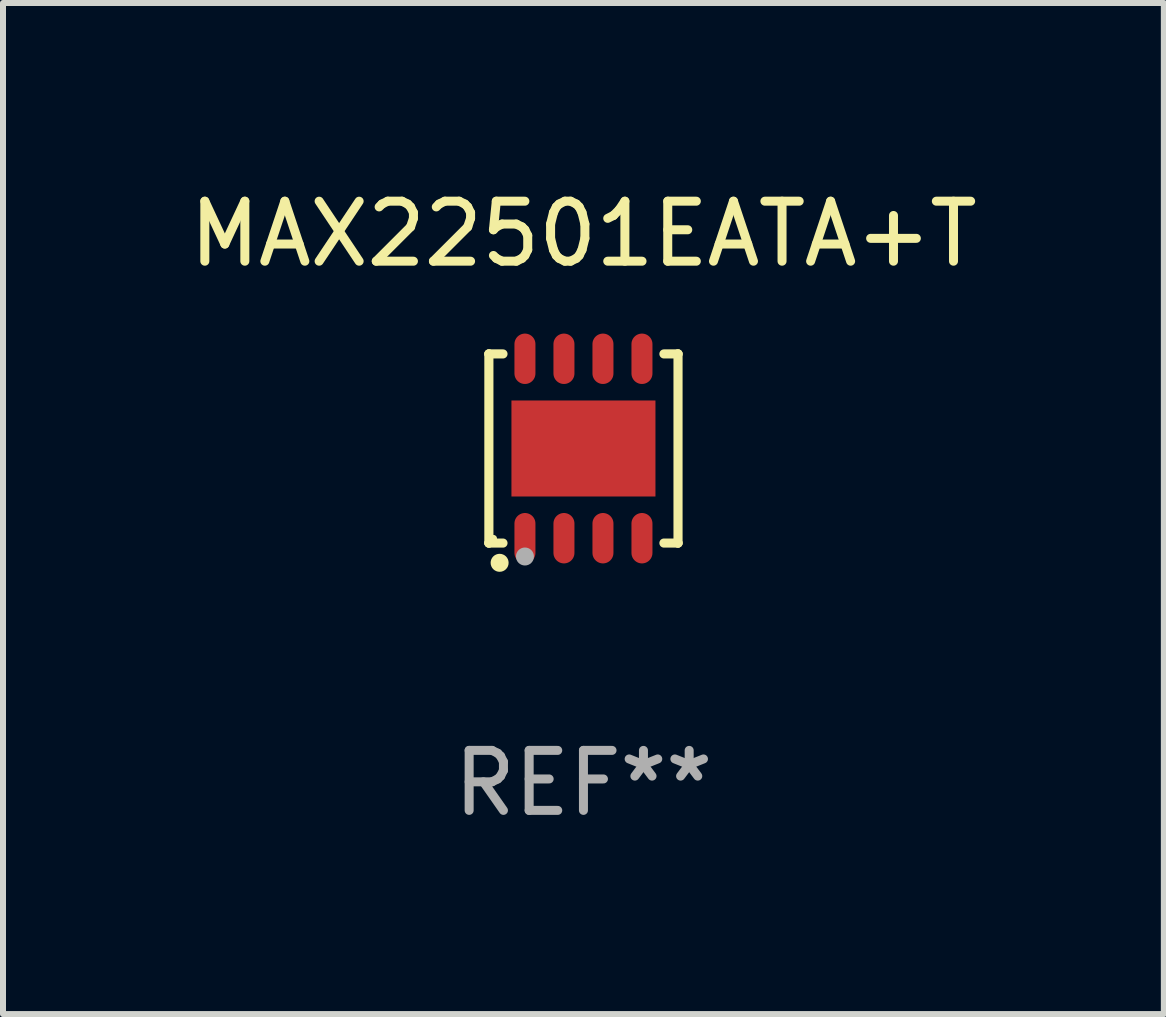
<source format=kicad_pcb>
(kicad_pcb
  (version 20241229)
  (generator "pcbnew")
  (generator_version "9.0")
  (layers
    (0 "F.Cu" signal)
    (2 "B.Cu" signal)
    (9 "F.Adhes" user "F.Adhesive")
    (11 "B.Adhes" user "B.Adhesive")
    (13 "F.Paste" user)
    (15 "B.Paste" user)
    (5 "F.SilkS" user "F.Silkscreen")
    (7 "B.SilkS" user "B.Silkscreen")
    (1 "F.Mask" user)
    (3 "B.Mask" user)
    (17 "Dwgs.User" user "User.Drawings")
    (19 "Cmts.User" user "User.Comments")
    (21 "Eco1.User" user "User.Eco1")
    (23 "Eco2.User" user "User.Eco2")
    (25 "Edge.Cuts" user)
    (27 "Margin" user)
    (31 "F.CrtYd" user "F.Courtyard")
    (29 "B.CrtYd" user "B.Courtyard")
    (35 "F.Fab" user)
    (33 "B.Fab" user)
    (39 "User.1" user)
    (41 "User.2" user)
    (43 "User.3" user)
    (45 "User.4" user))
  (footprint "MAX22501EATA+T"
    (layer "F.Cu")
    (at 6.673 4.424)
    (property "Reference" "MAX22501EATA+T" (at 0 -3.576 0) (layer "F.SilkS") (effects (font (size 1 1) (thickness 0.15))))
    (attr through_hole)
    (fp_line (start -1.576 -1.576) (end -1.576 -1.576) (stroke (width 0.152) (type solid)) (layer "F.SilkS"))
    (fp_line (start -1.576 -1.576) (end -1.341 -1.576) (stroke (width 0.152) (type solid)) (layer "F.SilkS"))
    (fp_line (start -1.576 1.576) (end -1.576 -1.576) (stroke (width 0.152) (type solid)) (layer "F.SilkS"))
    (fp_line (start -1.576 1.576) (end -1.576 1.576) (stroke (width 0.152) (type solid)) (layer "F.SilkS"))
    (fp_line (start -1.341 1.576) (end -1.576 1.576) (stroke (width 0.152) (type solid)) (layer "F.SilkS"))
    (fp_line (start 1.341 1.576) (end 1.576 1.576) (stroke (width 0.152) (type solid)) (layer "F.SilkS"))
    (fp_line (start 1.576 -1.576) (end 1.341 -1.576) (stroke (width 0.152) (type solid)) (layer "F.SilkS"))
    (fp_line (start 1.576 -1.576) (end 1.576 -1.576) (stroke (width 0.152) (type solid)) (layer "F.SilkS"))
    (fp_line (start 1.576 1.576) (end 1.576 -1.576) (stroke (width 0.152) (type solid)) (layer "F.SilkS"))
    (fp_line (start 1.576 1.576) (end 1.576 1.576) (stroke (width 0.152) (type solid)) (layer "F.SilkS"))
    (fp_circle (center -1.5 1.5) (end -1.47 1.5) (stroke (width 0.06) (type solid)) (fill no) (layer "F.SilkS"))
    (fp_circle (center -1.397 1.905) (end -1.322 1.905) (stroke (width 0.15) (type solid)) (fill no) (layer "F.SilkS"))
    (fp_circle (center -0.975 1.8) (end -0.9 1.8) (stroke (width 0.15) (type solid)) (fill no) (layer "F.Fab"))
    (fp_text user "REF**" (at 0 5.576 0) (layer "F.Fab") (effects (font (size 1 1) (thickness 0.15))))
    (pad "1" smd oval (at -0.975 1.495) (size 0.35 0.84) (layers "F.Cu" "F.Mask" "F.Paste"))
    (pad "2" smd oval (at -0.325 1.495) (size 0.35 0.84) (layers "F.Cu" "F.Mask" "F.Paste"))
    (pad "3" smd oval (at 0.325 1.495) (size 0.35 0.84) (layers "F.Cu" "F.Mask" "F.Paste"))
    (pad "4" smd oval (at 0.975 1.495) (size 0.35 0.84) (layers "F.Cu" "F.Mask" "F.Paste"))
    (pad "5" smd oval (at 0.975 -1.495) (size 0.35 0.84) (layers "F.Cu" "F.Mask" "F.Paste"))
    (pad "6" smd oval (at 0.325 -1.495) (size 0.35 0.84) (layers "F.Cu" "F.Mask" "F.Paste"))
    (pad "7" smd oval (at -0.325 -1.495) (size 0.35 0.84) (layers "F.Cu" "F.Mask" "F.Paste"))
    (pad "8" smd oval (at -0.975 -1.495) (size 0.35 0.84) (layers "F.Cu" "F.Mask" "F.Paste"))
    (pad "9" smd rect (at 0 0) (size 2.4 1.6) (layers "F.Cu" "F.Mask" "F.Paste")))
  (gr_rect
    (start -3 -3)
    (end 16.345 13.849)
    (stroke (width 0.1) (type default))
    (fill no)
    (layer "Edge.Cuts")))
</source>
